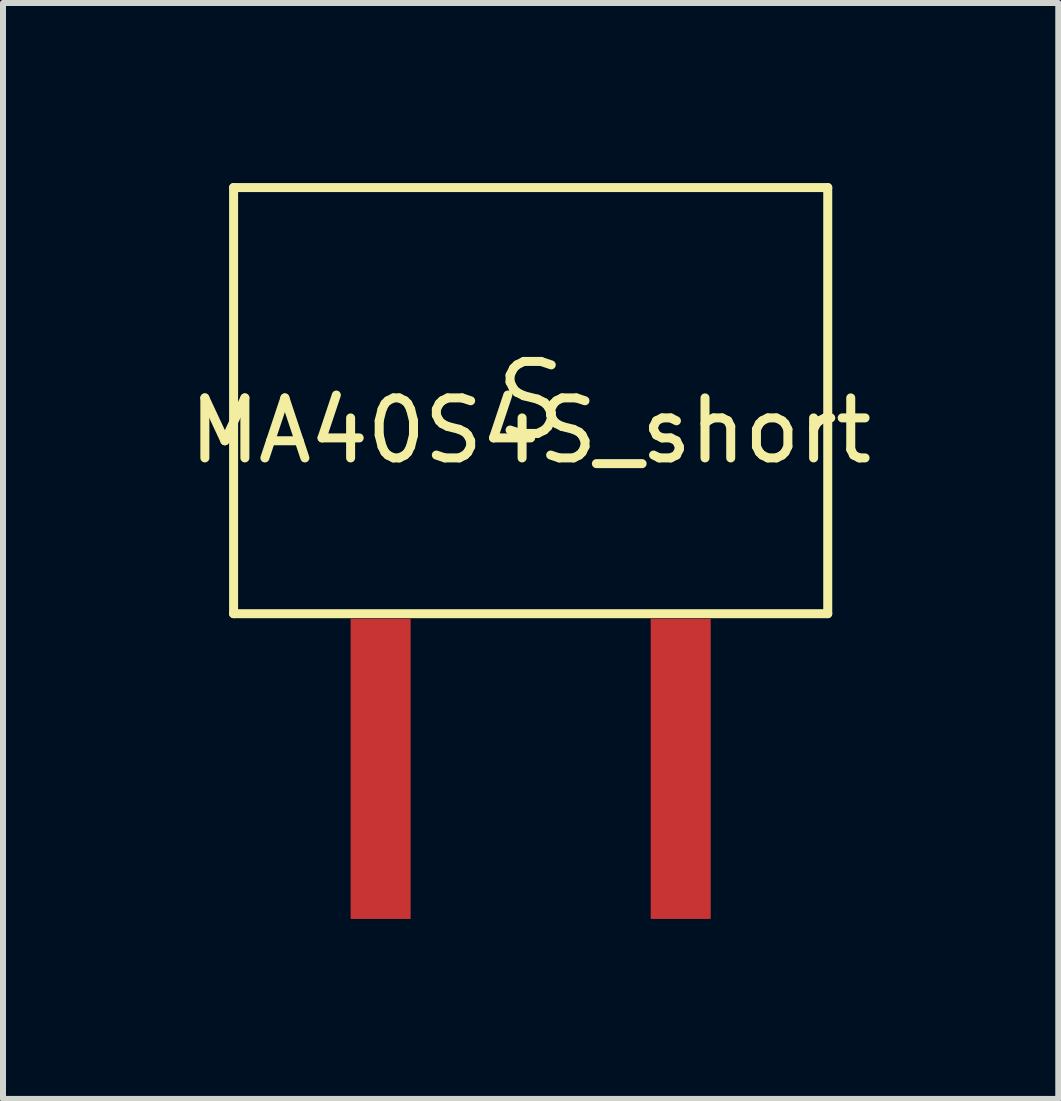
<source format=kicad_pcb>
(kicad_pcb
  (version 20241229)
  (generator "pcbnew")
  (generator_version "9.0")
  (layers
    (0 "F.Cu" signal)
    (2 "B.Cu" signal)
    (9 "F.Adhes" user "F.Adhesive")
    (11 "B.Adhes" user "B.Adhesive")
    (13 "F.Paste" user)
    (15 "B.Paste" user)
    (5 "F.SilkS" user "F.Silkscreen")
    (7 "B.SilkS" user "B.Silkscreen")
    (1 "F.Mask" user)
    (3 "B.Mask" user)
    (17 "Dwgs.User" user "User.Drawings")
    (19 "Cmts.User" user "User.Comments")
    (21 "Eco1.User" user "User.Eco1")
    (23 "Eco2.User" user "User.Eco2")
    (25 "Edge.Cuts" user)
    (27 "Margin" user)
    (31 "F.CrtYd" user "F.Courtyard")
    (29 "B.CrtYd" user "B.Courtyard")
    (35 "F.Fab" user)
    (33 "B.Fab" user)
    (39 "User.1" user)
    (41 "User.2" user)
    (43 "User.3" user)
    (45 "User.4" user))
  (footprint "MA40S4S_short"
    (layer "F.Cu")
    (at 5.792 7.261)
    (property "Reference" "MA40S4S_short" (at 0 -3.136 0) (layer "F.SilkS") (effects (font (size 1 1) (thickness 0.15))))
    (attr through_hole)
    (fp_line (start -4.95 -7.186) (end -4.95 -0.086) (stroke (width 0.15) (type solid)) (layer "F.SilkS"))
    (fp_line (start -4.95 -0.086) (end 4.95 -0.086) (stroke (width 0.15) (type solid)) (layer "F.SilkS"))
    (fp_line (start 4.95 -7.186) (end -4.95 -7.186) (stroke (width 0.15) (type solid)) (layer "F.SilkS"))
    (fp_line (start 4.95 -0.086) (end 4.95 -7.186) (stroke (width 0.15) (type solid)) (layer "F.SilkS"))
    (fp_text user "S" (at 0 -3.636 0) (layer "F.SilkS") (effects (font (size 1.2 1.2) (thickness 0.15))))
    (pad "1" smd rect (at -2.5 2.5) (size 1 5) (layers "F.Cu" "F.Mask" "F.Paste"))
    (pad "2" smd rect (at 2.5 2.5) (size 1 5) (layers "F.Cu" "F.Mask" "F.Paste")))
  (gr_rect
    (start -3 -3)
    (end 14.583 15.261)
    (stroke (width 0.1) (type default))
    (fill no)
    (layer "Edge.Cuts")))
</source>
